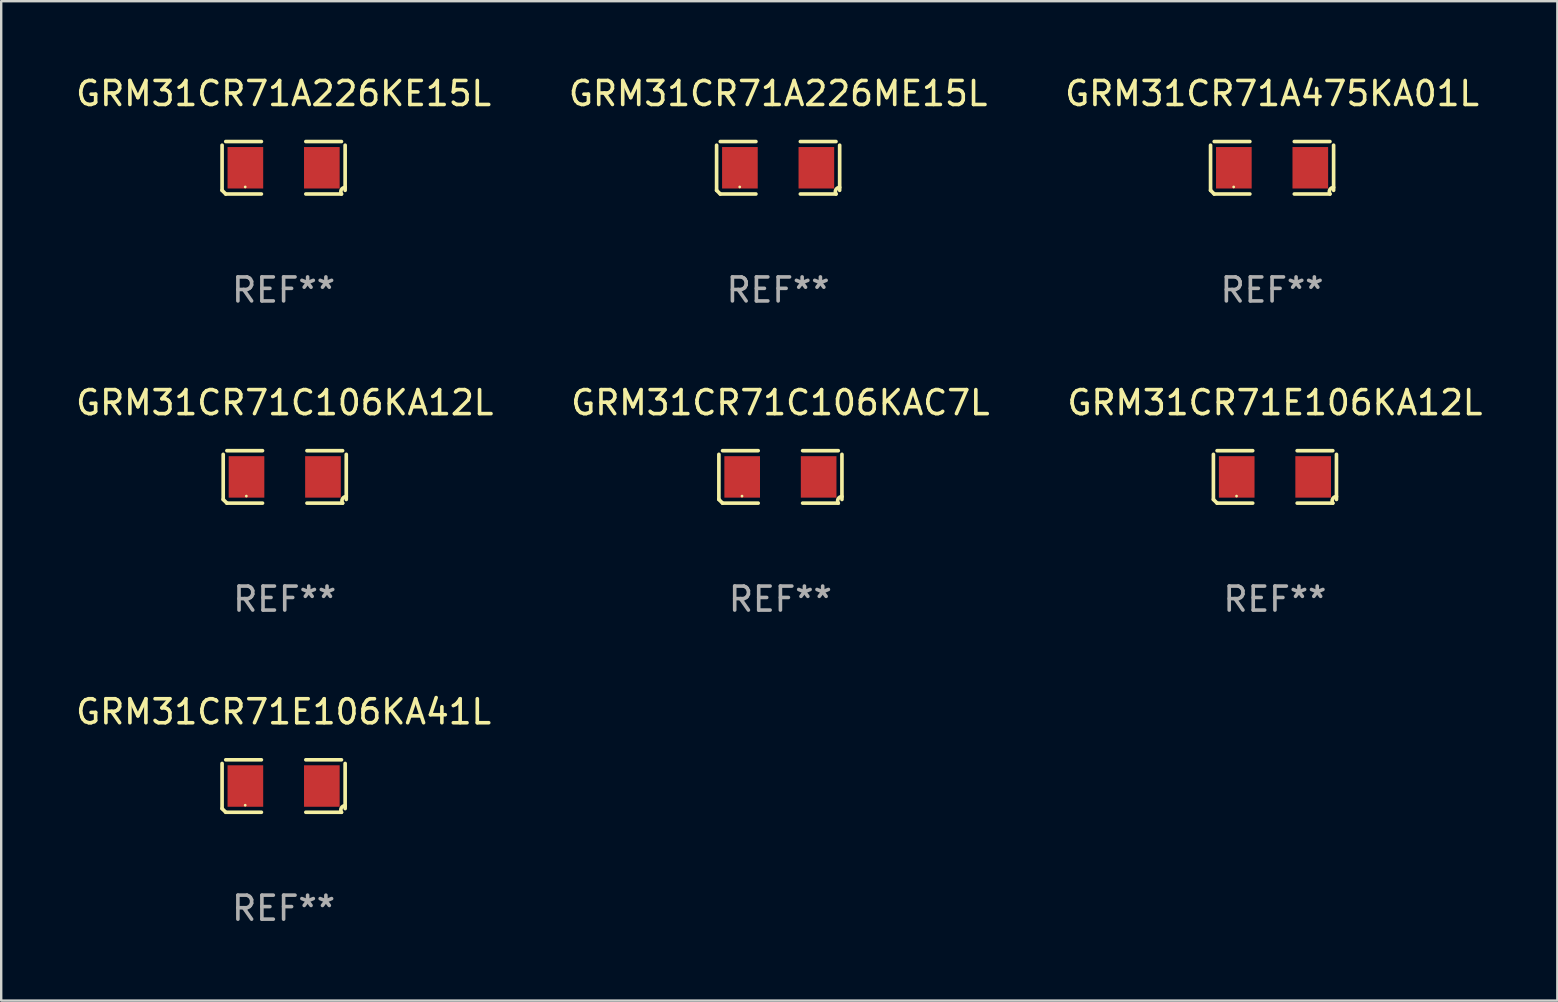
<source format=kicad_pcb>
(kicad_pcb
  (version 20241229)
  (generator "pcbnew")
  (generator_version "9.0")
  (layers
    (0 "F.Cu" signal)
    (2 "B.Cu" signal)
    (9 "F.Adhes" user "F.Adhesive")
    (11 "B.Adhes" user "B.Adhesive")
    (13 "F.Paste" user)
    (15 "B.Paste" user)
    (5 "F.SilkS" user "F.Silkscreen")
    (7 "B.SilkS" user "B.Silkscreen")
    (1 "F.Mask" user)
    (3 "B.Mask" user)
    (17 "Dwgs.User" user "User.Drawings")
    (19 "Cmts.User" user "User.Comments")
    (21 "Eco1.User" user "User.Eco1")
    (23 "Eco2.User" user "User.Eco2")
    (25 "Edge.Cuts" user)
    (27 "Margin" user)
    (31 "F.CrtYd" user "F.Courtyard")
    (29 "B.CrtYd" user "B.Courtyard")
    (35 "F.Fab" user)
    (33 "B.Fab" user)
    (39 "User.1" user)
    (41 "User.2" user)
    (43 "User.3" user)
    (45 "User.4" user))
  (footprint "GRM31CR71A226KE15L"
    (layer "F.Cu")
    (at 8.768 3.941)
    (property "Reference" "GRM31CR71A226KE15L" (at 0 -3.093 0) (layer "F.SilkS") (effects (font (size 1 1) (thickness 0.15))))
    (attr through_hole)
    (fp_line (start -2.564 0.94) (end -2.564 -0.94) (stroke (width 0.152) (type solid)) (layer "F.SilkS"))
    (fp_line (start -2.411 -1.093) (end -0.926 -1.093) (stroke (width 0.152) (type solid)) (layer "F.SilkS"))
    (fp_line (start -0.926 1.093) (end -2.411 1.093) (stroke (width 0.152) (type solid)) (layer "F.SilkS"))
    (fp_line (start 0.926 1.093) (end 2.411 1.093) (stroke (width 0.152) (type solid)) (layer "F.SilkS"))
    (fp_line (start 2.411 -1.093) (end 0.926 -1.093) (stroke (width 0.152) (type solid)) (layer "F.SilkS"))
    (fp_line (start 2.564 0.94) (end 2.564 -0.94) (stroke (width 0.152) (type solid)) (layer "F.SilkS"))
    (fp_arc (start -2.411201 1.092609) (mid -2.487413 1.01642) (end -2.563602 0.940208) (stroke (width 0.1524) (type solid)) (layer "F.SilkS"))
    (fp_arc (start 2.411201 1.092609) (mid 2.407159 0.911226) (end 2.563602 0.819347) (stroke (width 0.1524) (type solid)) (layer "F.SilkS"))
    (fp_circle (center -1.6 0.8) (end -1.57 0.8) (stroke (width 0.06) (type solid)) (fill no) (layer "F.SilkS"))
    (fp_text user "REF**" (at 0 5.093 0) (layer "F.Fab") (effects (font (size 1 1) (thickness 0.15))))
    (pad "1" smd rect (at -1.593 0) (size 1.485 1.728) (layers "F.Cu" "F.Mask" "F.Paste"))
    (pad "2" smd rect (at 1.593 0) (size 1.485 1.728) (layers "F.Cu" "F.Mask" "F.Paste")))
  (footprint "GRM31CR71A475KA01L"
    (layer "F.Cu")
    (at 49.958 3.941)
    (property "Reference" "GRM31CR71A475KA01L" (at 0 -3.093 0) (layer "F.SilkS") (effects (font (size 1 1) (thickness 0.15))))
    (attr through_hole)
    (fp_line (start -2.564 0.94) (end -2.564 -0.94) (stroke (width 0.152) (type solid)) (layer "F.SilkS"))
    (fp_line (start -2.411 -1.093) (end -0.926 -1.093) (stroke (width 0.152) (type solid)) (layer "F.SilkS"))
    (fp_line (start -0.926 1.093) (end -2.411 1.093) (stroke (width 0.152) (type solid)) (layer "F.SilkS"))
    (fp_line (start 0.926 1.093) (end 2.411 1.093) (stroke (width 0.152) (type solid)) (layer "F.SilkS"))
    (fp_line (start 2.411 -1.093) (end 0.926 -1.093) (stroke (width 0.152) (type solid)) (layer "F.SilkS"))
    (fp_line (start 2.564 0.94) (end 2.564 -0.94) (stroke (width 0.152) (type solid)) (layer "F.SilkS"))
    (fp_arc (start -2.411201 1.092609) (mid -2.487413 1.01642) (end -2.563602 0.940208) (stroke (width 0.1524) (type solid)) (layer "F.SilkS"))
    (fp_arc (start 2.411201 1.092609) (mid 2.407159 0.911226) (end 2.563602 0.819347) (stroke (width 0.1524) (type solid)) (layer "F.SilkS"))
    (fp_circle (center -1.6 0.8) (end -1.57 0.8) (stroke (width 0.06) (type solid)) (fill no) (layer "F.SilkS"))
    (fp_text user "REF**" (at 0 5.093 0) (layer "F.Fab") (effects (font (size 1 1) (thickness 0.15))))
    (pad "1" smd rect (at -1.593 0) (size 1.485 1.728) (layers "F.Cu" "F.Mask" "F.Paste"))
    (pad "2" smd rect (at 1.593 0) (size 1.485 1.728) (layers "F.Cu" "F.Mask" "F.Paste")))
  (footprint "GRM31CR71C106KA12L"
    (layer "F.Cu")
    (at 8.815 16.823)
    (property "Reference" "GRM31CR71C106KA12L" (at 0 -3.093 0) (layer "F.SilkS") (effects (font (size 1 1) (thickness 0.15))))
    (attr through_hole)
    (fp_line (start -2.564 0.94) (end -2.564 -0.94) (stroke (width 0.152) (type solid)) (layer "F.SilkS"))
    (fp_line (start -2.411 -1.093) (end -0.926 -1.093) (stroke (width 0.152) (type solid)) (layer "F.SilkS"))
    (fp_line (start -0.926 1.093) (end -2.411 1.093) (stroke (width 0.152) (type solid)) (layer "F.SilkS"))
    (fp_line (start 0.926 1.093) (end 2.411 1.093) (stroke (width 0.152) (type solid)) (layer "F.SilkS"))
    (fp_line (start 2.411 -1.093) (end 0.926 -1.093) (stroke (width 0.152) (type solid)) (layer "F.SilkS"))
    (fp_line (start 2.564 0.94) (end 2.564 -0.94) (stroke (width 0.152) (type solid)) (layer "F.SilkS"))
    (fp_arc (start -2.411201 1.092609) (mid -2.487413 1.01642) (end -2.563602 0.940208) (stroke (width 0.1524) (type solid)) (layer "F.SilkS"))
    (fp_arc (start 2.411201 1.092609) (mid 2.407159 0.911226) (end 2.563602 0.819347) (stroke (width 0.1524) (type solid)) (layer "F.SilkS"))
    (fp_circle (center -1.6 0.8) (end -1.57 0.8) (stroke (width 0.06) (type solid)) (fill no) (layer "F.SilkS"))
    (fp_text user "REF**" (at 0 5.093 0) (layer "F.Fab") (effects (font (size 1 1) (thickness 0.15))))
    (pad "1" smd rect (at -1.593 0) (size 1.485 1.728) (layers "F.Cu" "F.Mask" "F.Paste"))
    (pad "2" smd rect (at 1.593 0) (size 1.485 1.728) (layers "F.Cu" "F.Mask" "F.Paste")))
  (footprint "GRM31CR71A226ME15L"
    (layer "F.Cu")
    (at 29.375 3.941)
    (property "Reference" "GRM31CR71A226ME15L" (at 0 -3.093 0) (layer "F.SilkS") (effects (font (size 1 1) (thickness 0.15))))
    (attr through_hole)
    (fp_line (start -2.564 0.94) (end -2.564 -0.94) (stroke (width 0.152) (type solid)) (layer "F.SilkS"))
    (fp_line (start -2.411 -1.093) (end -0.926 -1.093) (stroke (width 0.152) (type solid)) (layer "F.SilkS"))
    (fp_line (start -0.926 1.093) (end -2.411 1.093) (stroke (width 0.152) (type solid)) (layer "F.SilkS"))
    (fp_line (start 0.926 1.093) (end 2.411 1.093) (stroke (width 0.152) (type solid)) (layer "F.SilkS"))
    (fp_line (start 2.411 -1.093) (end 0.926 -1.093) (stroke (width 0.152) (type solid)) (layer "F.SilkS"))
    (fp_line (start 2.564 0.94) (end 2.564 -0.94) (stroke (width 0.152) (type solid)) (layer "F.SilkS"))
    (fp_arc (start -2.411201 1.092609) (mid -2.487413 1.01642) (end -2.563602 0.940208) (stroke (width 0.1524) (type solid)) (layer "F.SilkS"))
    (fp_arc (start 2.411201 1.092609) (mid 2.407159 0.911226) (end 2.563602 0.819347) (stroke (width 0.1524) (type solid)) (layer "F.SilkS"))
    (fp_circle (center -1.6 0.8) (end -1.57 0.8) (stroke (width 0.06) (type solid)) (fill no) (layer "F.SilkS"))
    (fp_text user "REF**" (at 0 5.093 0) (layer "F.Fab") (effects (font (size 1 1) (thickness 0.15))))
    (pad "1" smd rect (at -1.593 0) (size 1.485 1.728) (layers "F.Cu" "F.Mask" "F.Paste"))
    (pad "2" smd rect (at 1.593 0) (size 1.485 1.728) (layers "F.Cu" "F.Mask" "F.Paste")))
  (footprint "GRM31CR71E106KA12L"
    (layer "F.Cu")
    (at 50.077 16.823)
    (property "Reference" "GRM31CR71E106KA12L" (at 0 -3.093 0) (layer "F.SilkS") (effects (font (size 1 1) (thickness 0.15))))
    (attr through_hole)
    (fp_line (start -2.564 0.94) (end -2.564 -0.94) (stroke (width 0.152) (type solid)) (layer "F.SilkS"))
    (fp_line (start -2.411 -1.093) (end -0.926 -1.093) (stroke (width 0.152) (type solid)) (layer "F.SilkS"))
    (fp_line (start -0.926 1.093) (end -2.411 1.093) (stroke (width 0.152) (type solid)) (layer "F.SilkS"))
    (fp_line (start 0.926 1.093) (end 2.411 1.093) (stroke (width 0.152) (type solid)) (layer "F.SilkS"))
    (fp_line (start 2.411 -1.093) (end 0.926 -1.093) (stroke (width 0.152) (type solid)) (layer "F.SilkS"))
    (fp_line (start 2.564 0.94) (end 2.564 -0.94) (stroke (width 0.152) (type solid)) (layer "F.SilkS"))
    (fp_arc (start -2.411201 1.092609) (mid -2.487413 1.01642) (end -2.563602 0.940208) (stroke (width 0.1524) (type solid)) (layer "F.SilkS"))
    (fp_arc (start 2.411201 1.092609) (mid 2.407159 0.911226) (end 2.563602 0.819347) (stroke (width 0.1524) (type solid)) (layer "F.SilkS"))
    (fp_circle (center -1.6 0.8) (end -1.57 0.8) (stroke (width 0.06) (type solid)) (fill no) (layer "F.SilkS"))
    (fp_text user "REF**" (at 0 5.093 0) (layer "F.Fab") (effects (font (size 1 1) (thickness 0.15))))
    (pad "1" smd rect (at -1.593 0) (size 1.485 1.728) (layers "F.Cu" "F.Mask" "F.Paste"))
    (pad "2" smd rect (at 1.593 0) (size 1.485 1.728) (layers "F.Cu" "F.Mask" "F.Paste")))
  (footprint "GRM31CR71C106KAC7L"
    (layer "F.Cu")
    (at 29.47 16.823)
    (property "Reference" "GRM31CR71C106KAC7L" (at 0 -3.093 0) (layer "F.SilkS") (effects (font (size 1 1) (thickness 0.15))))
    (attr through_hole)
    (fp_line (start -2.564 0.94) (end -2.564 -0.94) (stroke (width 0.152) (type solid)) (layer "F.SilkS"))
    (fp_line (start -2.411 -1.093) (end -0.926 -1.093) (stroke (width 0.152) (type solid)) (layer "F.SilkS"))
    (fp_line (start -0.926 1.093) (end -2.411 1.093) (stroke (width 0.152) (type solid)) (layer "F.SilkS"))
    (fp_line (start 0.926 1.093) (end 2.411 1.093) (stroke (width 0.152) (type solid)) (layer "F.SilkS"))
    (fp_line (start 2.411 -1.093) (end 0.926 -1.093) (stroke (width 0.152) (type solid)) (layer "F.SilkS"))
    (fp_line (start 2.564 0.94) (end 2.564 -0.94) (stroke (width 0.152) (type solid)) (layer "F.SilkS"))
    (fp_arc (start -2.411201 1.092609) (mid -2.487413 1.01642) (end -2.563602 0.940208) (stroke (width 0.1524) (type solid)) (layer "F.SilkS"))
    (fp_arc (start 2.411201 1.092609) (mid 2.407159 0.911226) (end 2.563602 0.819347) (stroke (width 0.1524) (type solid)) (layer "F.SilkS"))
    (fp_circle (center -1.6 0.8) (end -1.57 0.8) (stroke (width 0.06) (type solid)) (fill no) (layer "F.SilkS"))
    (fp_text user "REF**" (at 0 5.093 0) (layer "F.Fab") (effects (font (size 1 1) (thickness 0.15))))
    (pad "1" smd rect (at -1.593 0) (size 1.485 1.728) (layers "F.Cu" "F.Mask" "F.Paste"))
    (pad "2" smd rect (at 1.593 0) (size 1.485 1.728) (layers "F.Cu" "F.Mask" "F.Paste")))
  (footprint "GRM31CR71E106KA41L"
    (layer "F.Cu")
    (at 8.768 29.704)
    (property "Reference" "GRM31CR71E106KA41L" (at 0 -3.093 0) (layer "F.SilkS") (effects (font (size 1 1) (thickness 0.15))))
    (attr through_hole)
    (fp_line (start -2.564 0.94) (end -2.564 -0.94) (stroke (width 0.152) (type solid)) (layer "F.SilkS"))
    (fp_line (start -2.411 -1.093) (end -0.926 -1.093) (stroke (width 0.152) (type solid)) (layer "F.SilkS"))
    (fp_line (start -0.926 1.093) (end -2.411 1.093) (stroke (width 0.152) (type solid)) (layer "F.SilkS"))
    (fp_line (start 0.926 1.093) (end 2.411 1.093) (stroke (width 0.152) (type solid)) (layer "F.SilkS"))
    (fp_line (start 2.411 -1.093) (end 0.926 -1.093) (stroke (width 0.152) (type solid)) (layer "F.SilkS"))
    (fp_line (start 2.564 0.94) (end 2.564 -0.94) (stroke (width 0.152) (type solid)) (layer "F.SilkS"))
    (fp_arc (start -2.411201 1.092609) (mid -2.487413 1.01642) (end -2.563602 0.940208) (stroke (width 0.1524) (type solid)) (layer "F.SilkS"))
    (fp_arc (start 2.411201 1.092609) (mid 2.407159 0.911226) (end 2.563602 0.819347) (stroke (width 0.1524) (type solid)) (layer "F.SilkS"))
    (fp_circle (center -1.6 0.8) (end -1.57 0.8) (stroke (width 0.06) (type solid)) (fill no) (layer "F.SilkS"))
    (fp_text user "REF**" (at 0 5.093 0) (layer "F.Fab") (effects (font (size 1 1) (thickness 0.15))))
    (pad "1" smd rect (at -1.593 0) (size 1.485 1.728) (layers "F.Cu" "F.Mask" "F.Paste"))
    (pad "2" smd rect (at 1.593 0) (size 1.485 1.728) (layers "F.Cu" "F.Mask" "F.Paste")))
  (gr_rect
    (start -3 -3)
    (end 61.845 38.645)
    (stroke (width 0.1) (type default))
    (fill no)
    (layer "Edge.Cuts")))
</source>
